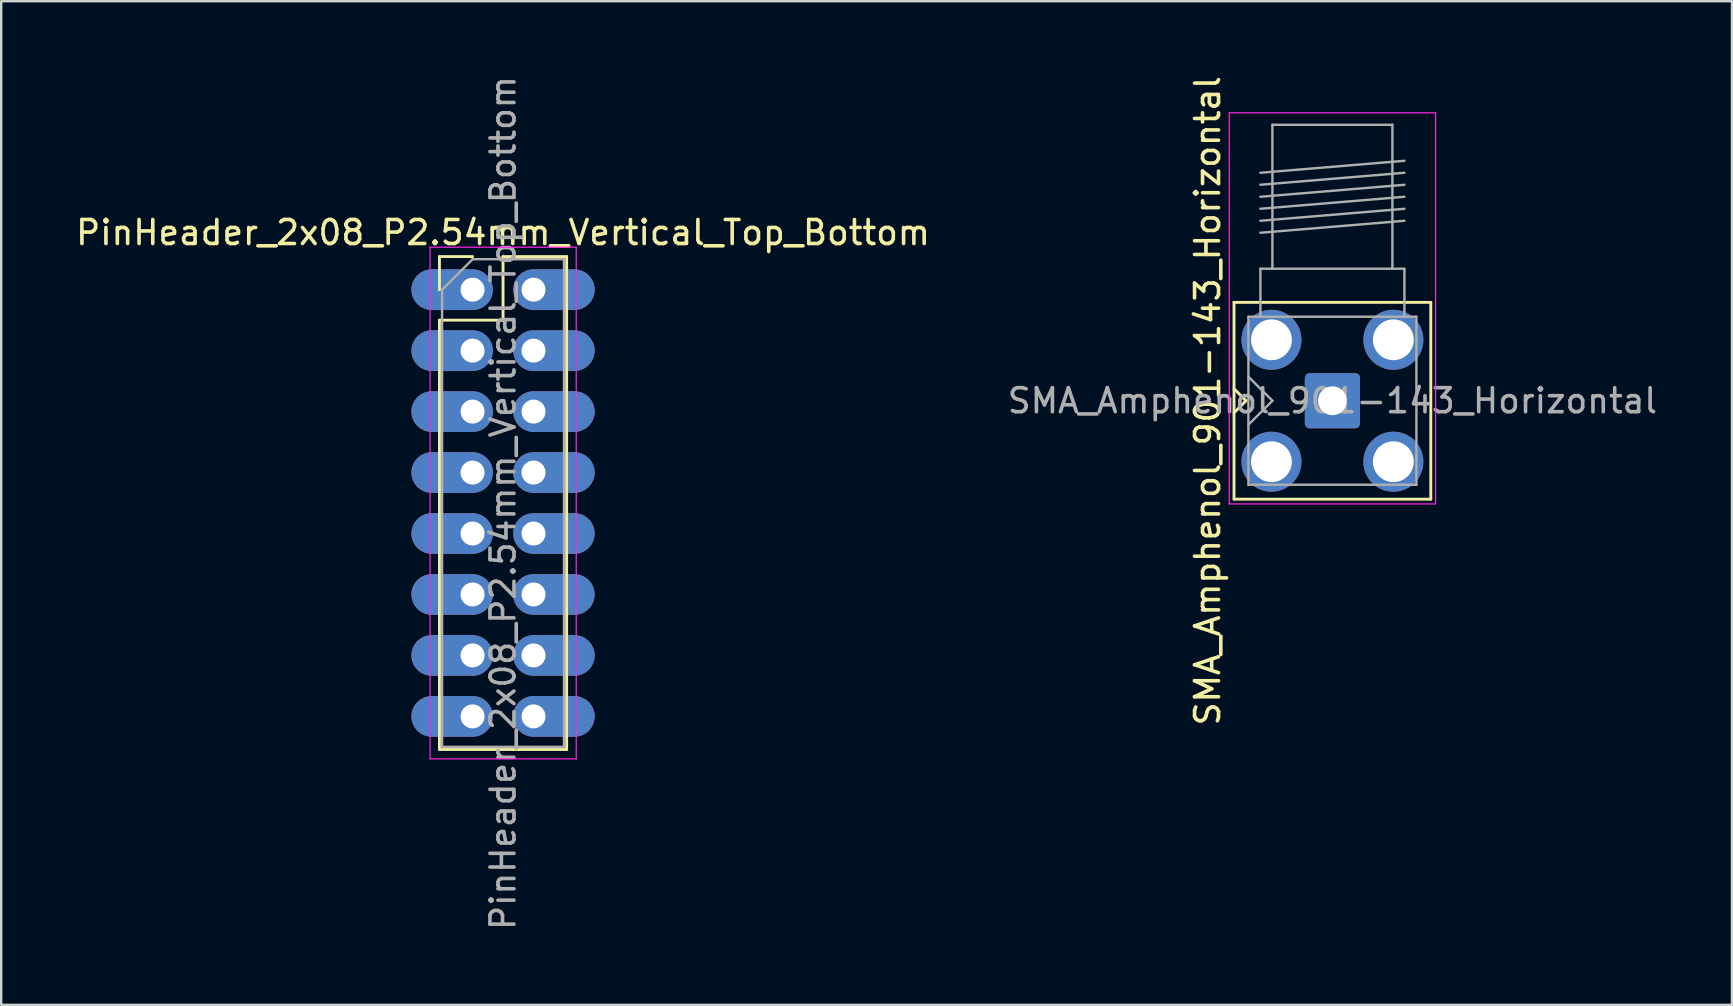
<source format=kicad_pcb>
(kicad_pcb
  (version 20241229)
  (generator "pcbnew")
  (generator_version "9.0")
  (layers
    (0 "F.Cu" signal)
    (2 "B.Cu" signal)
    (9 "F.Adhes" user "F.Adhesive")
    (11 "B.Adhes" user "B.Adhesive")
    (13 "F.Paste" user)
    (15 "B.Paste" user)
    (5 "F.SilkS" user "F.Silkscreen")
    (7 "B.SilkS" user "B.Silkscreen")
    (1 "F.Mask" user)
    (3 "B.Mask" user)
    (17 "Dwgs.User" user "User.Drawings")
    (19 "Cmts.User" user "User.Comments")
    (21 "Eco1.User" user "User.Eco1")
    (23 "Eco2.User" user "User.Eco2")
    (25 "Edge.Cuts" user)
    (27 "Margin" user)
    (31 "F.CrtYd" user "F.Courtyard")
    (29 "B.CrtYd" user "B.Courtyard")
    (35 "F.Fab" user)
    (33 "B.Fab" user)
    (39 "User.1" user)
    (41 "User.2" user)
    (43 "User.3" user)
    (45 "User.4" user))
  (footprint "PinHeader_2x08_P2.54mm_Vertical_Top_Bottom"
    (layer "F.Cu")
    (at 16.641 9.021)
    (property "Reference" "PinHeader_2x08_P2.54mm_Vertical_Top_Bottom" (at 1.27 -2.38 0) (layer "F.SilkS") (effects (font (size 1 1) (thickness 0.15))))
    (attr through_hole)
    (fp_line (start -1.38 -1.38) (end 0 -1.38) (stroke (width 0.12) (type solid)) (layer "F.SilkS"))
    (fp_line (start -1.38 0) (end -1.38 -1.38) (stroke (width 0.12) (type solid)) (layer "F.SilkS"))
    (fp_line (start -1.38 1.27) (end -1.38 19.16) (stroke (width 0.12) (type solid)) (layer "F.SilkS"))
    (fp_line (start -1.38 1.27) (end 1.27 1.27) (stroke (width 0.12) (type solid)) (layer "F.SilkS"))
    (fp_line (start -1.38 19.16) (end 3.92 19.16) (stroke (width 0.12) (type solid)) (layer "F.SilkS"))
    (fp_line (start 1.27 -1.38) (end 3.92 -1.38) (stroke (width 0.12) (type solid)) (layer "F.SilkS"))
    (fp_line (start 1.27 1.27) (end 1.27 -1.38) (stroke (width 0.12) (type solid)) (layer "F.SilkS"))
    (fp_line (start 3.92 -1.38) (end 3.92 19.16) (stroke (width 0.12) (type solid)) (layer "F.SilkS"))
    (fp_line (start -1.77 -1.77) (end -1.77 19.55) (stroke (width 0.05) (type solid)) (layer "F.CrtYd"))
    (fp_line (start -1.77 19.55) (end 4.32 19.55) (stroke (width 0.05) (type solid)) (layer "F.CrtYd"))
    (fp_line (start 4.32 -1.77) (end -1.77 -1.77) (stroke (width 0.05) (type solid)) (layer "F.CrtYd"))
    (fp_line (start 4.32 19.55) (end 4.32 -1.77) (stroke (width 0.05) (type solid)) (layer "F.CrtYd"))
    (fp_line (start -1.27 0) (end 0 -1.27) (stroke (width 0.1) (type solid)) (layer "F.Fab"))
    (fp_line (start -1.27 19.05) (end -1.27 0) (stroke (width 0.1) (type solid)) (layer "F.Fab"))
    (fp_line (start 0 -1.27) (end 3.81 -1.27) (stroke (width 0.1) (type solid)) (layer "F.Fab"))
    (fp_line (start 3.81 -1.27) (end 3.81 19.05) (stroke (width 0.1) (type solid)) (layer "F.Fab"))
    (fp_line (start 3.81 19.05) (end -1.27 19.05) (stroke (width 0.1) (type solid)) (layer "F.Fab"))
    (fp_text user "${REFERENCE}" (at 1.27 8.89 90) (layer "F.Fab") (effects (font (size 1 1) (thickness 0.15))))
    (pad "1" thru_hole roundrect (at 0 0) (size 3.4 1.7) (drill 1 (offset -0.85 0)) (layers "*.Cu" "*.Mask") (roundrect_rratio 0.5))
    (pad "2" thru_hole roundrect (at 0 2.54) (size 3.4 1.7) (drill 1 (offset -0.85 0)) (layers "*.Cu" "*.Mask") (roundrect_rratio 0.5))
    (pad "3" thru_hole roundrect (at 0 5.08) (size 3.4 1.7) (drill 1 (offset -0.85 0)) (layers "*.Cu" "*.Mask") (roundrect_rratio 0.5))
    (pad "4" thru_hole roundrect (at 0 7.62) (size 3.4 1.7) (drill 1 (offset -0.85 0)) (layers "*.Cu" "*.Mask") (roundrect_rratio 0.5))
    (pad "5" thru_hole roundrect (at 0 10.16) (size 3.4 1.7) (drill 1 (offset -0.85 0)) (layers "*.Cu" "*.Mask") (roundrect_rratio 0.5))
    (pad "6" thru_hole roundrect (at 0 12.7) (size 3.4 1.7) (drill 1 (offset -0.85 0)) (layers "*.Cu" "*.Mask") (roundrect_rratio 0.5))
    (pad "7" thru_hole roundrect (at 0 15.24) (size 3.4 1.7) (drill 1 (offset -0.85 0)) (layers "*.Cu" "*.Mask") (roundrect_rratio 0.5))
    (pad "8" thru_hole roundrect (at 0 17.78) (size 3.4 1.7) (drill 1 (offset -0.85 0)) (layers "*.Cu" "*.Mask") (roundrect_rratio 0.5))
    (pad "9" thru_hole roundrect (at 2.54 0) (size 3.4 1.7) (drill 1 (offset 0.85 0)) (layers "*.Cu" "*.Mask") (roundrect_rratio 0.5))
    (pad "10" thru_hole roundrect (at 2.54 2.54) (size 3.4 1.7) (drill 1 (offset 0.85 0)) (layers "*.Cu" "*.Mask") (roundrect_rratio 0.5))
    (pad "11" thru_hole roundrect (at 2.54 5.08) (size 3.4 1.7) (drill 1 (offset 0.85 0)) (layers "*.Cu" "*.Mask") (roundrect_rratio 0.5))
    (pad "12" thru_hole roundrect (at 2.54 7.62) (size 3.4 1.7) (drill 1 (offset 0.85 0)) (layers "*.Cu" "*.Mask") (roundrect_rratio 0.5))
    (pad "13" thru_hole roundrect (at 2.54 10.16) (size 3.4 1.7) (drill 1 (offset 0.85 0)) (layers "*.Cu" "*.Mask") (roundrect_rratio 0.5))
    (pad "14" thru_hole roundrect (at 2.54 12.7) (size 3.4 1.7) (drill 1 (offset 0.85 0)) (layers "*.Cu" "*.Mask") (roundrect_rratio 0.5))
    (pad "15" thru_hole roundrect (at 2.54 15.24) (size 3.4 1.7) (drill 1 (offset 0.85 0)) (layers "*.Cu" "*.Mask") (roundrect_rratio 0.5))
    (pad "16" thru_hole roundrect (at 2.54 17.78) (size 3.4 1.7) (drill 1 (offset 0.85 0)) (layers "*.Cu" "*.Mask") (roundrect_rratio 0.5)))
  (footprint "SMA_Amphenol_901-143_Horizontal"
    (layer "F.Cu")
    (at 52.47 13.649)
    (property "Reference" "SMA_Amphenol_901-143_Horizontal" (at -5.2 0 90) (layer "F.SilkS") (effects (font (size 1 1) (thickness 0.15))))
    (attr through_hole)
    (fp_line (start -4.1 -4.1) (end -4.1 4.1) (stroke (width 0.12) (type solid)) (layer "F.SilkS"))
    (fp_line (start -4.1 -4.1) (end 4.1 -4.1) (stroke (width 0.12) (type solid)) (layer "F.SilkS"))
    (fp_line (start -4.1 0.5) (end -3.6 0) (stroke (width 0.12) (type solid)) (layer "F.SilkS"))
    (fp_line (start -4.1 4.1) (end 4.1 4.1) (stroke (width 0.12) (type solid)) (layer "F.SilkS"))
    (fp_line (start -3.6 0) (end -4.1 -0.5) (stroke (width 0.12) (type solid)) (layer "F.SilkS"))
    (fp_line (start 4.1 -4.1) (end 4.1 4.1) (stroke (width 0.12) (type solid)) (layer "F.SilkS"))
    (fp_line (start -4.3 -12) (end -4.3 4.3) (stroke (width 0.05) (type solid)) (layer "F.CrtYd"))
    (fp_line (start -4.3 -12) (end 4.3 -12) (stroke (width 0.05) (type solid)) (layer "F.CrtYd"))
    (fp_line (start 4.3 4.3) (end -4.3 4.3) (stroke (width 0.05) (type solid)) (layer "F.CrtYd"))
    (fp_line (start 4.3 4.3) (end 4.3 -12) (stroke (width 0.05) (type solid)) (layer "F.CrtYd"))
    (fp_line (start -3.5 -3.5) (end -3.5 3.5) (stroke (width 0.1) (type solid)) (layer "F.Fab"))
    (fp_line (start -3.5 -3.5) (end 3.5 -3.5) (stroke (width 0.1) (type solid)) (layer "F.Fab"))
    (fp_line (start -3.5 -1) (end -2.5 0) (stroke (width 0.1) (type solid)) (layer "F.Fab"))
    (fp_line (start -3.5 3.5) (end 3.5 3.5) (stroke (width 0.1) (type solid)) (layer "F.Fab"))
    (fp_line (start -3 -9.5) (end 3 -10) (stroke (width 0.1) (type solid)) (layer "F.Fab"))
    (fp_line (start -3 -9) (end 3 -9.5) (stroke (width 0.1) (type solid)) (layer "F.Fab"))
    (fp_line (start -3 -8.5) (end 3 -9) (stroke (width 0.1) (type solid)) (layer "F.Fab"))
    (fp_line (start -3 -8) (end 3 -8.5) (stroke (width 0.1) (type solid)) (layer "F.Fab"))
    (fp_line (start -3 -7.5) (end 3 -8) (stroke (width 0.1) (type solid)) (layer "F.Fab"))
    (fp_line (start -3 -7) (end 3 -7.5) (stroke (width 0.1) (type solid)) (layer "F.Fab"))
    (fp_line (start -3 -5.5) (end -3 -3.5) (stroke (width 0.1) (type solid)) (layer "F.Fab"))
    (fp_line (start -2.5 -11.5) (end -2.5 -5.5) (stroke (width 0.1) (type solid)) (layer "F.Fab"))
    (fp_line (start -2.5 -11.5) (end 2.5 -11.5) (stroke (width 0.1) (type solid)) (layer "F.Fab"))
    (fp_line (start -2.5 0) (end -3.5 1) (stroke (width 0.1) (type solid)) (layer "F.Fab"))
    (fp_line (start 2.5 -11.5) (end 2.5 -5.5) (stroke (width 0.1) (type solid)) (layer "F.Fab"))
    (fp_line (start 3 -5.5) (end -3 -5.5) (stroke (width 0.1) (type solid)) (layer "F.Fab"))
    (fp_line (start 3 -5.5) (end 3 -3.5) (stroke (width 0.1) (type solid)) (layer "F.Fab"))
    (fp_line (start 3.5 -3.5) (end 3.5 3.5) (stroke (width 0.1) (type solid)) (layer "F.Fab"))
    (fp_text user "${REFERENCE}" (at 0 0 0) (layer "F.Fab") (effects (font (size 1 1) (thickness 0.15))))
    (pad "1" thru_hole roundrect (at 0 0) (size 2.3 2.3) (drill 1.2) (layers "*.Cu" "*.Mask") (remove_unused_layers yes) (keep_end_layers yes) (zone_layer_connections) (roundrect_rratio 0.087))
    (pad "2" thru_hole circle (at -2.54 -2.54) (size 2.5 2.5) (drill 1.7) (layers "*.Cu" "*.Mask") (remove_unused_layers yes) (keep_end_layers yes) (zone_layer_connections))
    (pad "2" thru_hole circle (at -2.54 2.54) (size 2.5 2.5) (drill 1.7) (layers "*.Cu" "*.Mask") (remove_unused_layers yes) (keep_end_layers yes) (zone_layer_connections))
    (pad "2" thru_hole circle (at 2.54 -2.54) (size 2.5 2.5) (drill 1.7) (layers "*.Cu" "*.Mask") (remove_unused_layers yes) (keep_end_layers yes) (zone_layer_connections))
    (pad "2" thru_hole circle (at 2.54 2.54) (size 2.5 2.5) (drill 1.7) (layers "*.Cu" "*.Mask") (remove_unused_layers yes) (keep_end_layers yes) (zone_layer_connections)))
  (gr_rect
    (start -3 -3)
    (end 69.119 38.821)
    (stroke (width 0.1) (type default))
    (fill no)
    (layer "Edge.Cuts")))
</source>
